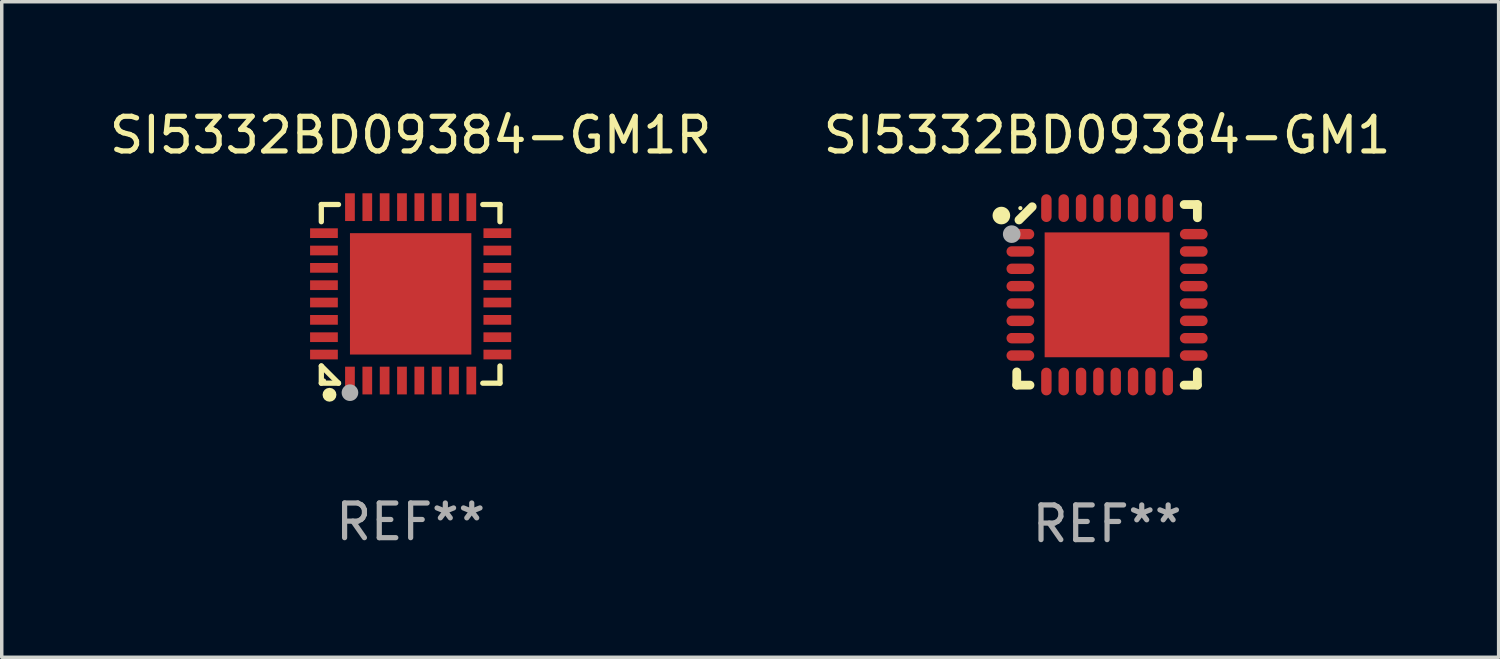
<source format=kicad_pcb>
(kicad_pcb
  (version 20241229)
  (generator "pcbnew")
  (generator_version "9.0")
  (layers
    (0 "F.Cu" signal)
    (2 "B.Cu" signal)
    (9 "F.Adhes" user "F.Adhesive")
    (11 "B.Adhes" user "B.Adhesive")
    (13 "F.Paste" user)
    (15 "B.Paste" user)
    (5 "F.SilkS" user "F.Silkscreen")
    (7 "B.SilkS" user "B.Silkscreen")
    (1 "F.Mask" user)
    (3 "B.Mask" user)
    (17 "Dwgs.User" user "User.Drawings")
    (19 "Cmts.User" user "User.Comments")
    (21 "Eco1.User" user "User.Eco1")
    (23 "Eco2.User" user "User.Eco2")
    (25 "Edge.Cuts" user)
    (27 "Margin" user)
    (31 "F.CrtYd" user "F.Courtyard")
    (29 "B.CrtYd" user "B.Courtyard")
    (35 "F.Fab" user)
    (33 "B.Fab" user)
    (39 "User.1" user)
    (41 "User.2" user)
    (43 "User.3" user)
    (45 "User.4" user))
  (footprint "SI5332BD09384-GM1R"
    (layer "F.Cu")
    (at 8.792 5.424)
    (property "Reference" "SI5332BD09384-GM1R" (at 0 -4.576 0) (layer "F.SilkS") (effects (font (size 1 1) (thickness 0.15))))
    (attr through_hole)
    (fp_line (start -2.576 -2.576) (end -2.08 -2.576) (stroke (width 0.152) (type solid)) (layer "F.SilkS"))
    (fp_line (start -2.576 -2.08) (end -2.576 -2.576) (stroke (width 0.152) (type solid)) (layer "F.SilkS"))
    (fp_line (start -2.576 2.08) (end -2.576 2.576) (stroke (width 0.152) (type solid)) (layer "F.SilkS"))
    (fp_line (start -2.576 2.08) (end -2.08 2.576) (stroke (width 0.152) (type solid)) (layer "F.SilkS"))
    (fp_line (start -2.576 2.576) (end -2.08 2.576) (stroke (width 0.152) (type solid)) (layer "F.SilkS"))
    (fp_line (start 2.576 -2.576) (end 2.08 -2.576) (stroke (width 0.152) (type solid)) (layer "F.SilkS"))
    (fp_line (start 2.576 -2.08) (end 2.576 -2.576) (stroke (width 0.152) (type solid)) (layer "F.SilkS"))
    (fp_line (start 2.576 2.08) (end 2.576 2.576) (stroke (width 0.152) (type solid)) (layer "F.SilkS"))
    (fp_line (start 2.576 2.576) (end 2.08 2.576) (stroke (width 0.152) (type solid)) (layer "F.SilkS"))
    (fp_circle (center -2.5 2.5) (end -2.47 2.5) (stroke (width 0.06) (type solid)) (fill no) (layer "F.SilkS"))
    (fp_circle (center -2.34 2.91) (end -2.24 2.91) (stroke (width 0.2) (type solid)) (fill no) (layer "F.SilkS"))
    (fp_circle (center -1.75 2.85) (end -1.63 2.85) (stroke (width 0.24) (type solid)) (fill no) (layer "F.Fab"))
    (fp_text user "REF**" (at 0 6.576 0) (layer "F.Fab") (effects (font (size 1 1) (thickness 0.15))))
    (pad "1" smd rect (at -1.75 2.5) (size 0.28 0.8) (layers "F.Cu" "F.Mask" "F.Paste"))
    (pad "2" smd rect (at -1.25 2.5) (size 0.28 0.8) (layers "F.Cu" "F.Mask" "F.Paste"))
    (pad "3" smd rect (at -0.75 2.5) (size 0.28 0.8) (layers "F.Cu" "F.Mask" "F.Paste"))
    (pad "4" smd rect (at -0.25 2.5) (size 0.28 0.8) (layers "F.Cu" "F.Mask" "F.Paste"))
    (pad "5" smd rect (at 0.25 2.5) (size 0.28 0.8) (layers "F.Cu" "F.Mask" "F.Paste"))
    (pad "6" smd rect (at 0.75 2.5) (size 0.28 0.8) (layers "F.Cu" "F.Mask" "F.Paste"))
    (pad "7" smd rect (at 1.25 2.5) (size 0.28 0.8) (layers "F.Cu" "F.Mask" "F.Paste"))
    (pad "8" smd rect (at 1.75 2.5) (size 0.28 0.8) (layers "F.Cu" "F.Mask" "F.Paste"))
    (pad "9" smd rect (at 2.5 1.75) (size 0.8 0.28) (layers "F.Cu" "F.Mask" "F.Paste"))
    (pad "10" smd rect (at 2.5 1.25) (size 0.8 0.28) (layers "F.Cu" "F.Mask" "F.Paste"))
    (pad "11" smd rect (at 2.5 0.75) (size 0.8 0.28) (layers "F.Cu" "F.Mask" "F.Paste"))
    (pad "12" smd rect (at 2.5 0.25) (size 0.8 0.28) (layers "F.Cu" "F.Mask" "F.Paste"))
    (pad "13" smd rect (at 2.5 -0.25) (size 0.8 0.28) (layers "F.Cu" "F.Mask" "F.Paste"))
    (pad "14" smd rect (at 2.5 -0.75) (size 0.8 0.28) (layers "F.Cu" "F.Mask" "F.Paste"))
    (pad "15" smd rect (at 2.5 -1.25) (size 0.8 0.28) (layers "F.Cu" "F.Mask" "F.Paste"))
    (pad "16" smd rect (at 2.5 -1.75) (size 0.8 0.28) (layers "F.Cu" "F.Mask" "F.Paste"))
    (pad "17" smd rect (at 1.75 -2.5) (size 0.28 0.8) (layers "F.Cu" "F.Mask" "F.Paste"))
    (pad "18" smd rect (at 1.25 -2.5) (size 0.28 0.8) (layers "F.Cu" "F.Mask" "F.Paste"))
    (pad "19" smd rect (at 0.75 -2.5) (size 0.28 0.8) (layers "F.Cu" "F.Mask" "F.Paste"))
    (pad "20" smd rect (at 0.25 -2.5) (size 0.28 0.8) (layers "F.Cu" "F.Mask" "F.Paste"))
    (pad "21" smd rect (at -0.25 -2.5) (size 0.28 0.8) (layers "F.Cu" "F.Mask" "F.Paste"))
    (pad "22" smd rect (at -0.75 -2.5) (size 0.28 0.8) (layers "F.Cu" "F.Mask" "F.Paste"))
    (pad "23" smd rect (at -1.25 -2.5) (size 0.28 0.8) (layers "F.Cu" "F.Mask" "F.Paste"))
    (pad "24" smd rect (at -1.75 -2.5) (size 0.28 0.8) (layers "F.Cu" "F.Mask" "F.Paste"))
    (pad "25" smd rect (at -2.5 -1.75) (size 0.8 0.28) (layers "F.Cu" "F.Mask" "F.Paste"))
    (pad "26" smd rect (at -2.5 -1.25) (size 0.8 0.28) (layers "F.Cu" "F.Mask" "F.Paste"))
    (pad "27" smd rect (at -2.5 -0.75) (size 0.8 0.28) (layers "F.Cu" "F.Mask" "F.Paste"))
    (pad "28" smd rect (at -2.5 -0.25) (size 0.8 0.28) (layers "F.Cu" "F.Mask" "F.Paste"))
    (pad "29" smd rect (at -2.5 0.25) (size 0.8 0.28) (layers "F.Cu" "F.Mask" "F.Paste"))
    (pad "30" smd rect (at -2.5 0.75) (size 0.8 0.28) (layers "F.Cu" "F.Mask" "F.Paste"))
    (pad "31" smd rect (at -2.5 1.25) (size 0.8 0.28) (layers "F.Cu" "F.Mask" "F.Paste"))
    (pad "32" smd rect (at -2.5 1.75) (size 0.8 0.28) (layers "F.Cu" "F.Mask" "F.Paste"))
    (pad "33" smd rect (at 0 0) (size 3.5 3.5) (layers "F.Cu" "F.Mask" "F.Paste")))
  (footprint "SI5332BD09384-GM1"
    (layer "F.Cu")
    (at 28.875 5.452)
    (property "Reference" "SI5332BD09384-GM1" (at 0 -4.604 0) (layer "F.SilkS") (effects (font (size 1 1) (thickness 0.15))))
    (attr through_hole)
    (fp_line (start -2.604 2.223) (end -2.604 2.604) (stroke (width 0.254) (type solid)) (layer "F.SilkS"))
    (fp_line (start -2.604 2.604) (end -2.223 2.604) (stroke (width 0.254) (type solid)) (layer "F.SilkS"))
    (fp_line (start -2.159 -2.54) (end -2.54 -2.159) (stroke (width 0.254) (type solid)) (layer "F.SilkS"))
    (fp_line (start 2.223 2.604) (end 2.604 2.604) (stroke (width 0.254) (type solid)) (layer "F.SilkS"))
    (fp_line (start 2.604 -2.604) (end 2.223 -2.604) (stroke (width 0.254) (type solid)) (layer "F.SilkS"))
    (fp_line (start 2.604 -2.223) (end 2.604 -2.604) (stroke (width 0.254) (type solid)) (layer "F.SilkS"))
    (fp_line (start 2.604 2.604) (end 2.604 2.223) (stroke (width 0.254) (type solid)) (layer "F.SilkS"))
    (fp_circle (center -3.048 -2.286) (end -2.921 -2.286) (stroke (width 0.254) (type solid)) (fill no) (layer "F.SilkS"))
    (fp_circle (center -2.5 -2.5) (end -2.47 -2.5) (stroke (width 0.06) (type solid)) (fill no) (layer "F.SilkS"))
    (fp_circle (center -2.75 -1.75) (end -2.623 -1.75) (stroke (width 0.254) (type solid)) (fill no) (layer "F.Fab"))
    (fp_text user "REF**" (at 0 6.604 0) (layer "F.Fab") (effects (font (size 1 1) (thickness 0.15))))
    (pad "1" smd oval (at -2.5 -1.75) (size 0.8 0.3) (layers "F.Cu" "F.Mask" "F.Paste"))
    (pad "2" smd oval (at -2.5 -1.25) (size 0.8 0.3) (layers "F.Cu" "F.Mask" "F.Paste"))
    (pad "3" smd oval (at -2.5 -0.75) (size 0.8 0.3) (layers "F.Cu" "F.Mask" "F.Paste"))
    (pad "4" smd oval (at -2.5 -0.25) (size 0.8 0.3) (layers "F.Cu" "F.Mask" "F.Paste"))
    (pad "5" smd oval (at -2.5 0.25) (size 0.8 0.3) (layers "F.Cu" "F.Mask" "F.Paste"))
    (pad "6" smd oval (at -2.5 0.75) (size 0.8 0.3) (layers "F.Cu" "F.Mask" "F.Paste"))
    (pad "7" smd oval (at -2.5 1.25) (size 0.8 0.3) (layers "F.Cu" "F.Mask" "F.Paste"))
    (pad "8" smd oval (at -2.5 1.75) (size 0.8 0.3) (layers "F.Cu" "F.Mask" "F.Paste"))
    (pad "9" smd oval (at -1.75 2.5) (size 0.3 0.8) (layers "F.Cu" "F.Mask" "F.Paste"))
    (pad "10" smd oval (at -1.25 2.5) (size 0.3 0.8) (layers "F.Cu" "F.Mask" "F.Paste"))
    (pad "11" smd oval (at -0.75 2.5) (size 0.3 0.8) (layers "F.Cu" "F.Mask" "F.Paste"))
    (pad "12" smd oval (at -0.25 2.5) (size 0.3 0.8) (layers "F.Cu" "F.Mask" "F.Paste"))
    (pad "13" smd oval (at 0.25 2.5) (size 0.3 0.8) (layers "F.Cu" "F.Mask" "F.Paste"))
    (pad "14" smd oval (at 0.75 2.5) (size 0.3 0.8) (layers "F.Cu" "F.Mask" "F.Paste"))
    (pad "15" smd oval (at 1.25 2.5) (size 0.3 0.8) (layers "F.Cu" "F.Mask" "F.Paste"))
    (pad "16" smd oval (at 1.75 2.5) (size 0.3 0.8) (layers "F.Cu" "F.Mask" "F.Paste"))
    (pad "17" smd oval (at 2.5 1.75) (size 0.8 0.3) (layers "F.Cu" "F.Mask" "F.Paste"))
    (pad "18" smd oval (at 2.5 1.25) (size 0.8 0.3) (layers "F.Cu" "F.Mask" "F.Paste"))
    (pad "19" smd oval (at 2.5 0.75) (size 0.8 0.3) (layers "F.Cu" "F.Mask" "F.Paste"))
    (pad "20" smd oval (at 2.5 0.25) (size 0.8 0.3) (layers "F.Cu" "F.Mask" "F.Paste"))
    (pad "21" smd oval (at 2.5 -0.25) (size 0.8 0.3) (layers "F.Cu" "F.Mask" "F.Paste"))
    (pad "22" smd oval (at 2.5 -0.75) (size 0.8 0.3) (layers "F.Cu" "F.Mask" "F.Paste"))
    (pad "23" smd oval (at 2.5 -1.25) (size 0.8 0.3) (layers "F.Cu" "F.Mask" "F.Paste"))
    (pad "24" smd oval (at 2.5 -1.75) (size 0.8 0.3) (layers "F.Cu" "F.Mask" "F.Paste"))
    (pad "25" smd oval (at 1.75 -2.5) (size 0.3 0.8) (layers "F.Cu" "F.Mask" "F.Paste"))
    (pad "26" smd oval (at 1.25 -2.5) (size 0.3 0.8) (layers "F.Cu" "F.Mask" "F.Paste"))
    (pad "27" smd oval (at 0.75 -2.5) (size 0.3 0.8) (layers "F.Cu" "F.Mask" "F.Paste"))
    (pad "28" smd oval (at 0.25 -2.5) (size 0.3 0.8) (layers "F.Cu" "F.Mask" "F.Paste"))
    (pad "29" smd oval (at -0.25 -2.5) (size 0.3 0.8) (layers "F.Cu" "F.Mask" "F.Paste"))
    (pad "30" smd oval (at -0.75 -2.5) (size 0.3 0.8) (layers "F.Cu" "F.Mask" "F.Paste"))
    (pad "31" smd oval (at -1.25 -2.5) (size 0.3 0.8) (layers "F.Cu" "F.Mask" "F.Paste"))
    (pad "32" smd oval (at -1.75 -2.5) (size 0.3 0.8) (layers "F.Cu" "F.Mask" "F.Paste"))
    (pad "33" smd rect (at -0.000076 0) (size 3.6 3.6) (layers "F.Cu" "F.Mask" "F.Paste")))
  (gr_rect
    (start -3 -3)
    (end 40.167 15.904)
    (stroke (width 0.1) (type default))
    (fill no)
    (layer "Edge.Cuts")))
</source>
